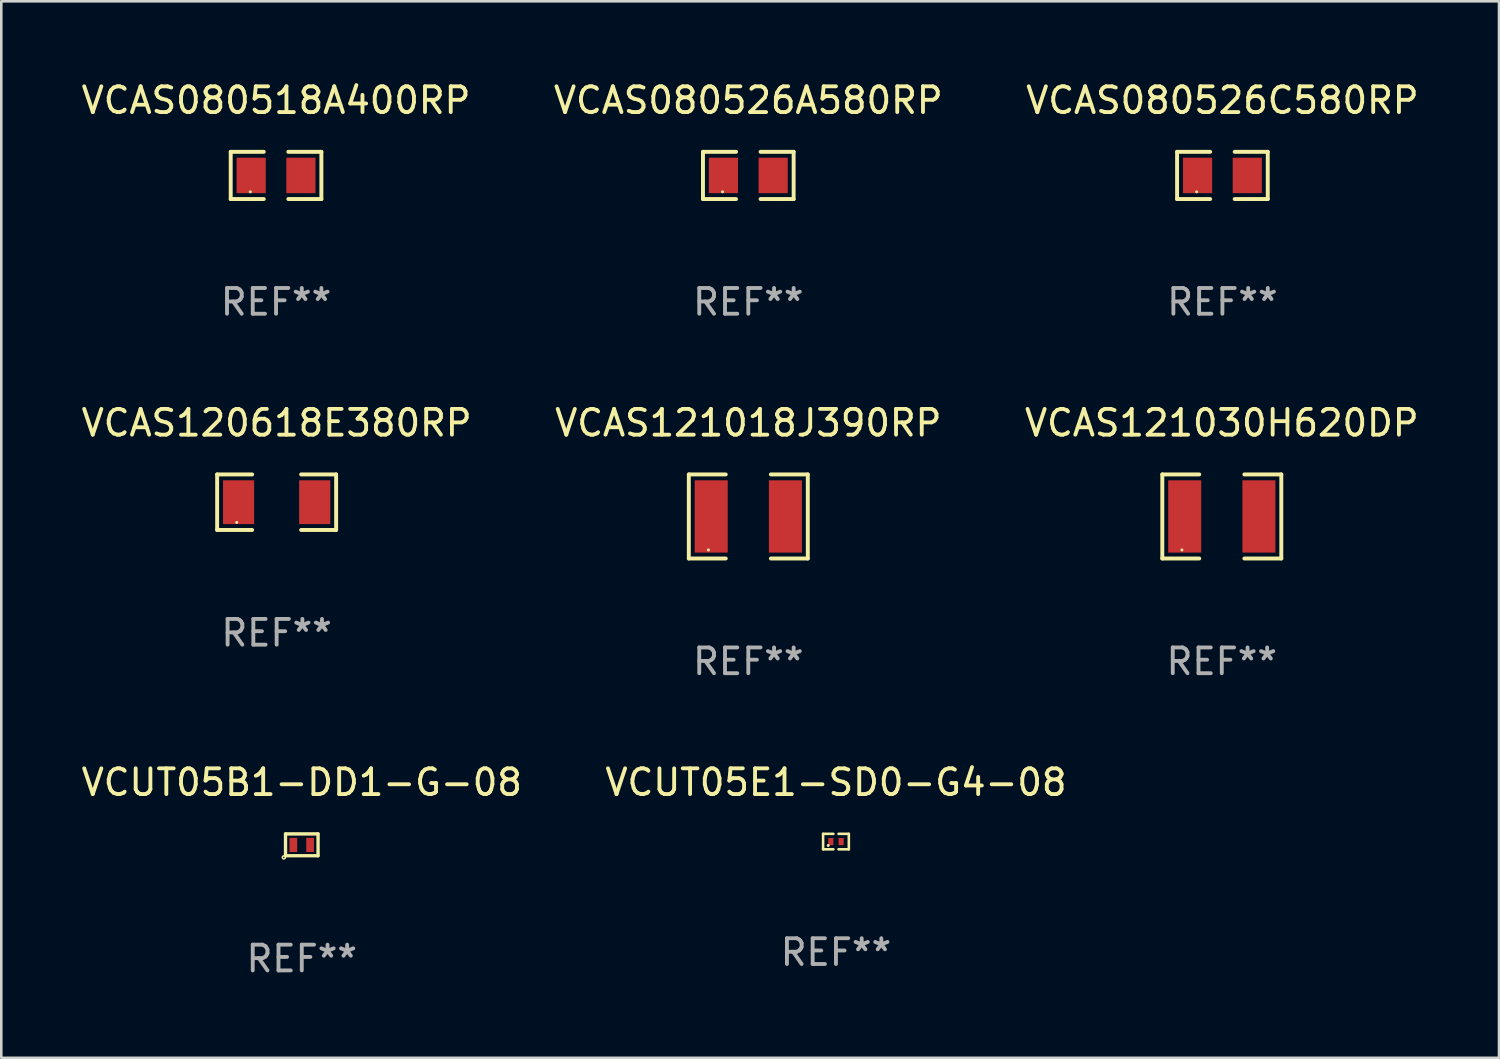
<source format=kicad_pcb>
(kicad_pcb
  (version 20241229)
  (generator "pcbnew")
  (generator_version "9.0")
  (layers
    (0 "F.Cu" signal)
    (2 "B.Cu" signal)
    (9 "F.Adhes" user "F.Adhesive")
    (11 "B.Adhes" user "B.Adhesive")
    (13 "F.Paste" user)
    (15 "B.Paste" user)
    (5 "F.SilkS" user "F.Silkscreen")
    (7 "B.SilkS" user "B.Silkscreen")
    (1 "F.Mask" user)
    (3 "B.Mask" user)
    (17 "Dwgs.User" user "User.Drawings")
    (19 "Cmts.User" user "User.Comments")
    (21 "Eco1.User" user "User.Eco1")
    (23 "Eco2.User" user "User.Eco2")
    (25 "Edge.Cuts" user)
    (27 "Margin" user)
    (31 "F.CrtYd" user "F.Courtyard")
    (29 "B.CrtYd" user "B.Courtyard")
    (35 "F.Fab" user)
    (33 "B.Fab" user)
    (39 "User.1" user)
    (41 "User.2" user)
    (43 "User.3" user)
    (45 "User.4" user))
  (footprint "VCAS080526A580RP"
    (layer "F.Cu")
    (at 26.018 3.765)
    (property "Reference" "VCAS080526A580RP" (at 0 -2.917 0) (layer "F.SilkS") (effects (font (size 1 1) (thickness 0.15))))
    (attr through_hole)
    (fp_line (start -1.761 -0.917) (end -0.476 -0.917) (stroke (width 0.152) (type solid)) (layer "F.SilkS"))
    (fp_line (start -1.761 0.917) (end -1.761 -0.917) (stroke (width 0.152) (type solid)) (layer "F.SilkS"))
    (fp_line (start -0.476 0.917) (end -1.761 0.917) (stroke (width 0.152) (type solid)) (layer "F.SilkS"))
    (fp_line (start 0.476 0.917) (end 1.761 0.917) (stroke (width 0.152) (type solid)) (layer "F.SilkS"))
    (fp_line (start 1.761 -0.917) (end 0.476 -0.917) (stroke (width 0.152) (type solid)) (layer "F.SilkS"))
    (fp_line (start 1.761 0.917) (end 1.761 -0.917) (stroke (width 0.152) (type solid)) (layer "F.SilkS"))
    (fp_circle (center -1 0.638) (end -0.97 0.638) (stroke (width 0.06) (type solid)) (fill no) (layer "F.SilkS"))
    (fp_text user "REF**" (at 0 4.917 0) (layer "F.Fab") (effects (font (size 1 1) (thickness 0.15))))
    (pad "1" smd rect (at -0.966 0) (size 1.133 1.377) (layers "F.Cu" "F.Mask" "F.Paste"))
    (pad "2" smd rect (at 0.966 0) (size 1.133 1.377) (layers "F.Cu" "F.Mask" "F.Paste")))
  (footprint "VCAS080526C580RP"
    (layer "F.Cu")
    (at 44.435 3.765)
    (property "Reference" "VCAS080526C580RP" (at 0 -2.917 0) (layer "F.SilkS") (effects (font (size 1 1) (thickness 0.15))))
    (attr through_hole)
    (fp_line (start -1.761 -0.917) (end -0.476 -0.917) (stroke (width 0.152) (type solid)) (layer "F.SilkS"))
    (fp_line (start -1.761 0.917) (end -1.761 -0.917) (stroke (width 0.152) (type solid)) (layer "F.SilkS"))
    (fp_line (start -0.476 0.917) (end -1.761 0.917) (stroke (width 0.152) (type solid)) (layer "F.SilkS"))
    (fp_line (start 0.476 0.917) (end 1.761 0.917) (stroke (width 0.152) (type solid)) (layer "F.SilkS"))
    (fp_line (start 1.761 -0.917) (end 0.476 -0.917) (stroke (width 0.152) (type solid)) (layer "F.SilkS"))
    (fp_line (start 1.761 0.917) (end 1.761 -0.917) (stroke (width 0.152) (type solid)) (layer "F.SilkS"))
    (fp_circle (center -1 0.638) (end -0.97 0.638) (stroke (width 0.06) (type solid)) (fill no) (layer "F.SilkS"))
    (fp_text user "REF**" (at 0 4.917 0) (layer "F.Fab") (effects (font (size 1 1) (thickness 0.15))))
    (pad "1" smd rect (at -0.966 0) (size 1.133 1.377) (layers "F.Cu" "F.Mask" "F.Paste"))
    (pad "2" smd rect (at 0.966 0) (size 1.133 1.377) (layers "F.Cu" "F.Mask" "F.Paste")))
  (footprint "VCAS121030H620DP"
    (layer "F.Cu")
    (at 44.411 17.012)
    (property "Reference" "VCAS121030H620DP" (at 0 -3.633 0) (layer "F.SilkS") (effects (font (size 1 1) (thickness 0.15))))
    (attr through_hole)
    (fp_line (start -2.311 -1.633) (end -0.876 -1.633) (stroke (width 0.152) (type solid)) (layer "F.SilkS"))
    (fp_line (start -2.311 1.633) (end -2.311 -1.633) (stroke (width 0.152) (type solid)) (layer "F.SilkS"))
    (fp_line (start -0.876 1.633) (end -2.311 1.633) (stroke (width 0.152) (type solid)) (layer "F.SilkS"))
    (fp_line (start 0.876 1.633) (end 2.311 1.633) (stroke (width 0.152) (type solid)) (layer "F.SilkS"))
    (fp_line (start 2.311 -1.633) (end 0.876 -1.633) (stroke (width 0.152) (type solid)) (layer "F.SilkS"))
    (fp_line (start 2.311 1.633) (end 2.311 -1.633) (stroke (width 0.152) (type solid)) (layer "F.SilkS"))
    (fp_circle (center -1.55 1.3) (end -1.52 1.3) (stroke (width 0.06) (type solid)) (fill no) (layer "F.SilkS"))
    (fp_text user "REF**" (at 0 5.633 0) (layer "F.Fab") (effects (font (size 1 1) (thickness 0.15))))
    (pad "1" smd rect (at -1.441 0) (size 1.283 2.808) (layers "F.Cu" "F.Mask" "F.Paste"))
    (pad "2" smd rect (at 1.441 0) (size 1.283 2.808) (layers "F.Cu" "F.Mask" "F.Paste")))
  (footprint "VCAS120618E380RP"
    (layer "F.Cu")
    (at 7.696 16.458)
    (property "Reference" "VCAS120618E380RP" (at 0 -3.079 0) (layer "F.SilkS") (effects (font (size 1 1) (thickness 0.15))))
    (attr through_hole)
    (fp_line (start -2.311 -1.079) (end -0.951 -1.079) (stroke (width 0.152) (type solid)) (layer "F.SilkS"))
    (fp_line (start -2.311 1.079) (end -2.311 -1.079) (stroke (width 0.152) (type solid)) (layer "F.SilkS"))
    (fp_line (start -0.951 1.079) (end -2.311 1.079) (stroke (width 0.152) (type solid)) (layer "F.SilkS"))
    (fp_line (start 0.951 1.079) (end 2.311 1.079) (stroke (width 0.152) (type solid)) (layer "F.SilkS"))
    (fp_line (start 2.311 -1.079) (end 0.951 -1.079) (stroke (width 0.152) (type solid)) (layer "F.SilkS"))
    (fp_line (start 2.311 1.079) (end 2.311 -1.079) (stroke (width 0.152) (type solid)) (layer "F.SilkS"))
    (fp_circle (center -1.55 0.787) (end -1.52 0.787) (stroke (width 0.06) (type solid)) (fill no) (layer "F.SilkS"))
    (fp_text user "REF**" (at 0 5.079 0) (layer "F.Fab") (effects (font (size 1 1) (thickness 0.15))))
    (pad "1" smd rect (at -1.479 0) (size 1.208 1.701) (layers "F.Cu" "F.Mask" "F.Paste"))
    (pad "2" smd rect (at 1.479 0) (size 1.208 1.701) (layers "F.Cu" "F.Mask" "F.Paste")))
  (footprint "VCAS121018J390RP"
    (layer "F.Cu")
    (at 26.018 17.012)
    (property "Reference" "VCAS121018J390RP" (at 0 -3.633 0) (layer "F.SilkS") (effects (font (size 1 1) (thickness 0.15))))
    (attr through_hole)
    (fp_line (start -2.311 -1.633) (end -0.876 -1.633) (stroke (width 0.152) (type solid)) (layer "F.SilkS"))
    (fp_line (start -2.311 1.633) (end -2.311 -1.633) (stroke (width 0.152) (type solid)) (layer "F.SilkS"))
    (fp_line (start -0.876 1.633) (end -2.311 1.633) (stroke (width 0.152) (type solid)) (layer "F.SilkS"))
    (fp_line (start 0.876 1.633) (end 2.311 1.633) (stroke (width 0.152) (type solid)) (layer "F.SilkS"))
    (fp_line (start 2.311 -1.633) (end 0.876 -1.633) (stroke (width 0.152) (type solid)) (layer "F.SilkS"))
    (fp_line (start 2.311 1.633) (end 2.311 -1.633) (stroke (width 0.152) (type solid)) (layer "F.SilkS"))
    (fp_circle (center -1.55 1.3) (end -1.52 1.3) (stroke (width 0.06) (type solid)) (fill no) (layer "F.SilkS"))
    (fp_text user "REF**" (at 0 5.633 0) (layer "F.Fab") (effects (font (size 1 1) (thickness 0.15))))
    (pad "1" smd rect (at -1.441 0) (size 1.283 2.808) (layers "F.Cu" "F.Mask" "F.Paste"))
    (pad "2" smd rect (at 1.441 0) (size 1.283 2.808) (layers "F.Cu" "F.Mask" "F.Paste")))
  (footprint "VCAS080518A400RP"
    (layer "F.Cu")
    (at 7.673 3.765)
    (property "Reference" "VCAS080518A400RP" (at 0 -2.917 0) (layer "F.SilkS") (effects (font (size 1 1) (thickness 0.15))))
    (attr through_hole)
    (fp_line (start -1.761 -0.917) (end -0.476 -0.917) (stroke (width 0.152) (type solid)) (layer "F.SilkS"))
    (fp_line (start -1.761 0.917) (end -1.761 -0.917) (stroke (width 0.152) (type solid)) (layer "F.SilkS"))
    (fp_line (start -0.476 0.917) (end -1.761 0.917) (stroke (width 0.152) (type solid)) (layer "F.SilkS"))
    (fp_line (start 0.476 0.917) (end 1.761 0.917) (stroke (width 0.152) (type solid)) (layer "F.SilkS"))
    (fp_line (start 1.761 -0.917) (end 0.476 -0.917) (stroke (width 0.152) (type solid)) (layer "F.SilkS"))
    (fp_line (start 1.761 0.917) (end 1.761 -0.917) (stroke (width 0.152) (type solid)) (layer "F.SilkS"))
    (fp_circle (center -1 0.638) (end -0.97 0.638) (stroke (width 0.06) (type solid)) (fill no) (layer "F.SilkS"))
    (fp_text user "REF**" (at 0 4.917 0) (layer "F.Fab") (effects (font (size 1 1) (thickness 0.15))))
    (pad "1" smd rect (at -0.966 0) (size 1.133 1.377) (layers "F.Cu" "F.Mask" "F.Paste"))
    (pad "2" smd rect (at 0.966 0) (size 1.133 1.377) (layers "F.Cu" "F.Mask" "F.Paste")))
  (footprint "VCUT05B1-DD1-G-08"
    (layer "F.Cu")
    (at 8.673 29.766)
    (property "Reference" "VCUT05B1-DD1-G-08" (at 0 -2.425 0) (layer "F.SilkS") (effects (font (size 1 1) (thickness 0.15))))
    (attr through_hole)
    (fp_line (start -0.632 0.425) (end -0.632 -0.423) (stroke (width 0.13) (type solid)) (layer "F.SilkS"))
    (fp_line (start -0.632 0.425) (end 0.627 0.425) (stroke (width 0.13) (type solid)) (layer "F.SilkS"))
    (fp_line (start 0.627 -0.423) (end -0.632 -0.423) (stroke (width 0.13) (type solid)) (layer "F.SilkS"))
    (fp_line (start 0.632 0.425) (end 0.632 -0.425) (stroke (width 0.13) (type solid)) (layer "F.SilkS"))
    (fp_circle (center -0.697 0.49) (end -0.668 0.49) (stroke (width 0.06) (type solid)) (fill no) (layer "F.SilkS"))
    (fp_text user "REF**" (at 0 4.425 0) (layer "F.Fab") (effects (font (size 1 1) (thickness 0.15))))
    (pad "1" smd rect (at -0.328 0.006) (size 0.3 0.55) (layers "F.Cu" "F.Mask" "F.Paste"))
    (pad "2" smd rect (at 0.323 0.006 180) (size 0.3 0.55) (layers "F.Cu" "F.Mask" "F.Paste")))
  (footprint "VCUT05E1-SD0-G4-08"
    (layer "F.Cu")
    (at 29.423 29.641)
    (property "Reference" "VCUT05E1-SD0-G4-08" (at 0 -2.3 0) (layer "F.SilkS") (effects (font (size 1 1) (thickness 0.15))))
    (attr through_hole)
    (fp_line (start -0.5 -0.3) (end -0.5 0.3) (stroke (width 0.1) (type solid)) (layer "F.SilkS"))
    (fp_line (start -0.5 0.3) (end -0.099 0.3) (stroke (width 0.1) (type solid)) (layer "F.SilkS"))
    (fp_line (start -0.099 -0.3) (end -0.5 -0.3) (stroke (width 0.1) (type solid)) (layer "F.SilkS"))
    (fp_line (start 0.099 0.3) (end 0.5 0.3) (stroke (width 0.1) (type solid)) (layer "F.SilkS"))
    (fp_line (start 0.5 -0.3) (end 0.099 -0.3) (stroke (width 0.1) (type solid)) (layer "F.SilkS"))
    (fp_line (start 0.5 0.3) (end 0.5 -0.3) (stroke (width 0.1) (type solid)) (layer "F.SilkS"))
    (fp_circle (center -0.3 0.15) (end -0.27 0.15) (stroke (width 0.06) (type solid)) (fill no) (layer "F.SilkS"))
    (fp_text user "REF**" (at 0 4.3 0) (layer "F.Fab") (effects (font (size 1 1) (thickness 0.15))))
    (pad "1" smd rect (at -0.2 0.00014 90) (size 0.28 0.2) (layers "F.Cu" "F.Mask" "F.Paste"))
    (pad "2" smd rect (at 0.2 0.00014 90) (size 0.28 0.2) (layers "F.Cu" "F.Mask" "F.Paste")))
  (gr_rect
    (start -3 -3)
    (end 55.179 38.04)
    (stroke (width 0.1) (type default))
    (fill no)
    (layer "Edge.Cuts")))
</source>
